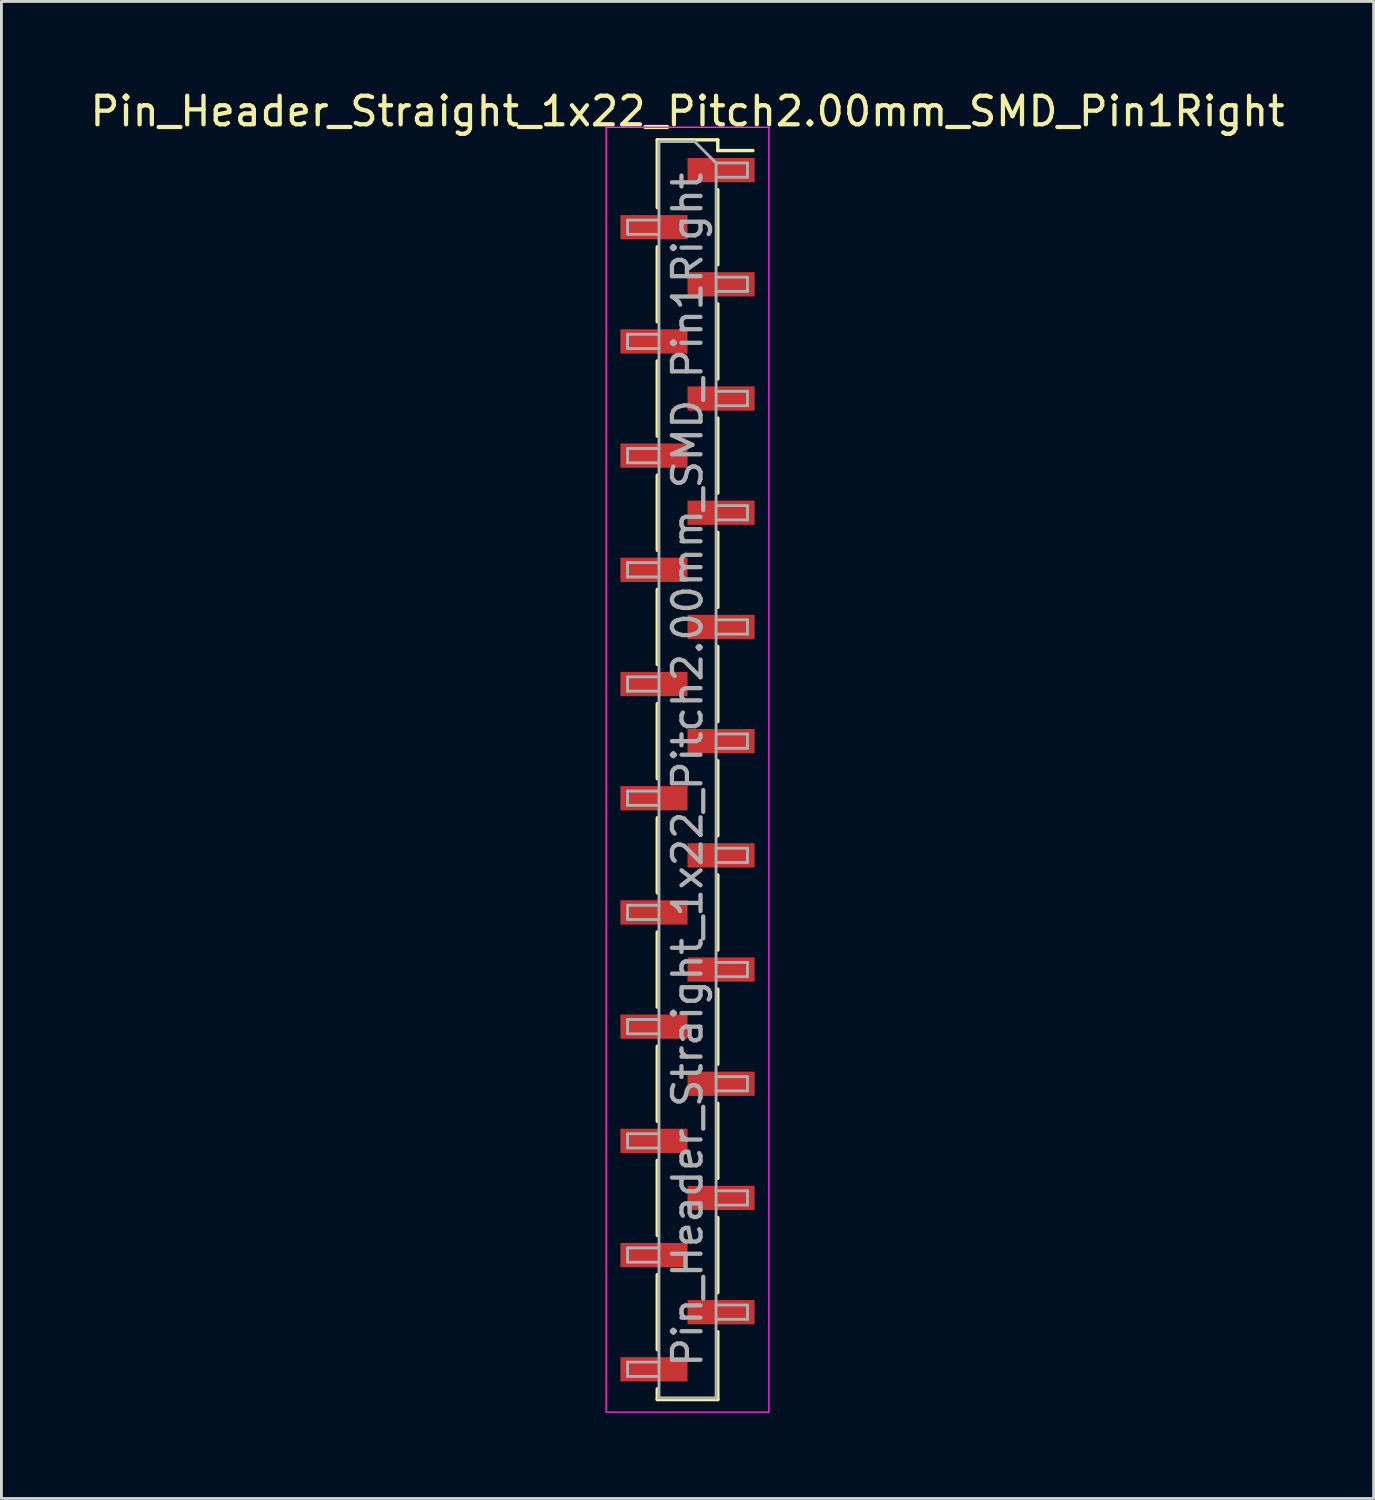
<source format=kicad_pcb>
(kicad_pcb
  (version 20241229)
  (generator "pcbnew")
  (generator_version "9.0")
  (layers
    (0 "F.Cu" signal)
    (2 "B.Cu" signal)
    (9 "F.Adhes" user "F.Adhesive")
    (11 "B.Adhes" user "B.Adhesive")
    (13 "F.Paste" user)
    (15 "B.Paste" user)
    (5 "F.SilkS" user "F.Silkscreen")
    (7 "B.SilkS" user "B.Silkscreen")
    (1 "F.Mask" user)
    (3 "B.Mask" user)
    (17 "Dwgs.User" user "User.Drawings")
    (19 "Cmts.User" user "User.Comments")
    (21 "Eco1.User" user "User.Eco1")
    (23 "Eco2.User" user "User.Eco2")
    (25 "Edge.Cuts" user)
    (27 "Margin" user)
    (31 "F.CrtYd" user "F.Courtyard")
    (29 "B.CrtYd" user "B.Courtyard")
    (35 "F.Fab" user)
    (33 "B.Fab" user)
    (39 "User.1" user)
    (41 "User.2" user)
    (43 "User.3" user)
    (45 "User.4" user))
  (footprint "Pin_Header_Straight_1x22_Pitch2.00mm_SMD_Pin1Right"
    (layer "F.Cu")
    (at 21.03 23.908)
    (property "Reference" "Pin_Header_Straight_1x22_Pitch2.00mm_SMD_Pin1Right" (at 0 -23.06 0) (layer "F.SilkS") (effects (font (size 1 1) (thickness 0.15))))
    (attr smd)
    (fp_line (start -1.06 -22.06) (end -1.06 -19.685) (stroke (width 0.12) (type solid)) (layer "F.SilkS"))
    (fp_line (start -1.06 -22.06) (end 1.06 -22.06) (stroke (width 0.12) (type solid)) (layer "F.SilkS"))
    (fp_line (start -1.06 -18.315) (end -1.06 -15.685) (stroke (width 0.12) (type solid)) (layer "F.SilkS"))
    (fp_line (start -1.06 -14.315) (end -1.06 -11.685) (stroke (width 0.12) (type solid)) (layer "F.SilkS"))
    (fp_line (start -1.06 -10.315) (end -1.06 -7.685) (stroke (width 0.12) (type solid)) (layer "F.SilkS"))
    (fp_line (start -1.06 -6.315) (end -1.06 -3.685) (stroke (width 0.12) (type solid)) (layer "F.SilkS"))
    (fp_line (start -1.06 -2.315) (end -1.06 0.315) (stroke (width 0.12) (type solid)) (layer "F.SilkS"))
    (fp_line (start -1.06 1.685) (end -1.06 4.315) (stroke (width 0.12) (type solid)) (layer "F.SilkS"))
    (fp_line (start -1.06 5.685) (end -1.06 8.315) (stroke (width 0.12) (type solid)) (layer "F.SilkS"))
    (fp_line (start -1.06 9.685) (end -1.06 12.315) (stroke (width 0.12) (type solid)) (layer "F.SilkS"))
    (fp_line (start -1.06 13.685) (end -1.06 16.315) (stroke (width 0.12) (type solid)) (layer "F.SilkS"))
    (fp_line (start -1.06 17.685) (end -1.06 20.315) (stroke (width 0.12) (type solid)) (layer "F.SilkS"))
    (fp_line (start -1.06 21.685) (end -1.06 22.06) (stroke (width 0.12) (type solid)) (layer "F.SilkS"))
    (fp_line (start -1.06 22.06) (end 1.06 22.06) (stroke (width 0.12) (type solid)) (layer "F.SilkS"))
    (fp_line (start 1.06 -22.06) (end 1.06 -21.685) (stroke (width 0.12) (type solid)) (layer "F.SilkS"))
    (fp_line (start 1.06 -21.685) (end 2.29 -21.685) (stroke (width 0.12) (type solid)) (layer "F.SilkS"))
    (fp_line (start 1.06 -20.315) (end 1.06 -17.685) (stroke (width 0.12) (type solid)) (layer "F.SilkS"))
    (fp_line (start 1.06 -16.315) (end 1.06 -13.685) (stroke (width 0.12) (type solid)) (layer "F.SilkS"))
    (fp_line (start 1.06 -12.315) (end 1.06 -9.685) (stroke (width 0.12) (type solid)) (layer "F.SilkS"))
    (fp_line (start 1.06 -8.315) (end 1.06 -5.685) (stroke (width 0.12) (type solid)) (layer "F.SilkS"))
    (fp_line (start 1.06 -4.315) (end 1.06 -1.685) (stroke (width 0.12) (type solid)) (layer "F.SilkS"))
    (fp_line (start 1.06 -0.315) (end 1.06 2.315) (stroke (width 0.12) (type solid)) (layer "F.SilkS"))
    (fp_line (start 1.06 3.685) (end 1.06 6.315) (stroke (width 0.12) (type solid)) (layer "F.SilkS"))
    (fp_line (start 1.06 7.685) (end 1.06 10.315) (stroke (width 0.12) (type solid)) (layer "F.SilkS"))
    (fp_line (start 1.06 11.685) (end 1.06 14.315) (stroke (width 0.12) (type solid)) (layer "F.SilkS"))
    (fp_line (start 1.06 15.685) (end 1.06 18.315) (stroke (width 0.12) (type solid)) (layer "F.SilkS"))
    (fp_line (start 1.06 19.685) (end 1.06 22.06) (stroke (width 0.12) (type solid)) (layer "F.SilkS"))
    (fp_line (start -2.85 -22.5) (end -2.85 22.5) (stroke (width 0.05) (type solid)) (layer "F.CrtYd"))
    (fp_line (start -2.85 22.5) (end 2.85 22.5) (stroke (width 0.05) (type solid)) (layer "F.CrtYd"))
    (fp_line (start 2.85 -22.5) (end -2.85 -22.5) (stroke (width 0.05) (type solid)) (layer "F.CrtYd"))
    (fp_line (start 2.85 22.5) (end 2.85 -22.5) (stroke (width 0.05) (type solid)) (layer "F.CrtYd"))
    (fp_line (start -2.1 -19.25) (end -2.1 -18.75) (stroke (width 0.1) (type solid)) (layer "F.Fab"))
    (fp_line (start -2.1 -18.75) (end -1 -18.75) (stroke (width 0.1) (type solid)) (layer "F.Fab"))
    (fp_line (start -2.1 -15.25) (end -2.1 -14.75) (stroke (width 0.1) (type solid)) (layer "F.Fab"))
    (fp_line (start -2.1 -14.75) (end -1 -14.75) (stroke (width 0.1) (type solid)) (layer "F.Fab"))
    (fp_line (start -2.1 -11.25) (end -2.1 -10.75) (stroke (width 0.1) (type solid)) (layer "F.Fab"))
    (fp_line (start -2.1 -10.75) (end -1 -10.75) (stroke (width 0.1) (type solid)) (layer "F.Fab"))
    (fp_line (start -2.1 -7.25) (end -2.1 -6.75) (stroke (width 0.1) (type solid)) (layer "F.Fab"))
    (fp_line (start -2.1 -6.75) (end -1 -6.75) (stroke (width 0.1) (type solid)) (layer "F.Fab"))
    (fp_line (start -2.1 -3.25) (end -2.1 -2.75) (stroke (width 0.1) (type solid)) (layer "F.Fab"))
    (fp_line (start -2.1 -2.75) (end -1 -2.75) (stroke (width 0.1) (type solid)) (layer "F.Fab"))
    (fp_line (start -2.1 0.75) (end -2.1 1.25) (stroke (width 0.1) (type solid)) (layer "F.Fab"))
    (fp_line (start -2.1 1.25) (end -1 1.25) (stroke (width 0.1) (type solid)) (layer "F.Fab"))
    (fp_line (start -2.1 4.75) (end -2.1 5.25) (stroke (width 0.1) (type solid)) (layer "F.Fab"))
    (fp_line (start -2.1 5.25) (end -1 5.25) (stroke (width 0.1) (type solid)) (layer "F.Fab"))
    (fp_line (start -2.1 8.75) (end -2.1 9.25) (stroke (width 0.1) (type solid)) (layer "F.Fab"))
    (fp_line (start -2.1 9.25) (end -1 9.25) (stroke (width 0.1) (type solid)) (layer "F.Fab"))
    (fp_line (start -2.1 12.75) (end -2.1 13.25) (stroke (width 0.1) (type solid)) (layer "F.Fab"))
    (fp_line (start -2.1 13.25) (end -1 13.25) (stroke (width 0.1) (type solid)) (layer "F.Fab"))
    (fp_line (start -2.1 16.75) (end -2.1 17.25) (stroke (width 0.1) (type solid)) (layer "F.Fab"))
    (fp_line (start -2.1 17.25) (end -1 17.25) (stroke (width 0.1) (type solid)) (layer "F.Fab"))
    (fp_line (start -2.1 20.75) (end -2.1 21.25) (stroke (width 0.1) (type solid)) (layer "F.Fab"))
    (fp_line (start -2.1 21.25) (end -1 21.25) (stroke (width 0.1) (type solid)) (layer "F.Fab"))
    (fp_line (start -1 -22) (end -1 22) (stroke (width 0.1) (type solid)) (layer "F.Fab"))
    (fp_line (start -1 -22) (end 0.25 -22) (stroke (width 0.1) (type solid)) (layer "F.Fab"))
    (fp_line (start -1 -19.25) (end -2.1 -19.25) (stroke (width 0.1) (type solid)) (layer "F.Fab"))
    (fp_line (start -1 -15.25) (end -2.1 -15.25) (stroke (width 0.1) (type solid)) (layer "F.Fab"))
    (fp_line (start -1 -11.25) (end -2.1 -11.25) (stroke (width 0.1) (type solid)) (layer "F.Fab"))
    (fp_line (start -1 -7.25) (end -2.1 -7.25) (stroke (width 0.1) (type solid)) (layer "F.Fab"))
    (fp_line (start -1 -3.25) (end -2.1 -3.25) (stroke (width 0.1) (type solid)) (layer "F.Fab"))
    (fp_line (start -1 0.75) (end -2.1 0.75) (stroke (width 0.1) (type solid)) (layer "F.Fab"))
    (fp_line (start -1 4.75) (end -2.1 4.75) (stroke (width 0.1) (type solid)) (layer "F.Fab"))
    (fp_line (start -1 8.75) (end -2.1 8.75) (stroke (width 0.1) (type solid)) (layer "F.Fab"))
    (fp_line (start -1 12.75) (end -2.1 12.75) (stroke (width 0.1) (type solid)) (layer "F.Fab"))
    (fp_line (start -1 16.75) (end -2.1 16.75) (stroke (width 0.1) (type solid)) (layer "F.Fab"))
    (fp_line (start -1 20.75) (end -2.1 20.75) (stroke (width 0.1) (type solid)) (layer "F.Fab"))
    (fp_line (start 1 -21.25) (end 0.25 -22) (stroke (width 0.1) (type solid)) (layer "F.Fab"))
    (fp_line (start 1 -21.25) (end 2.1 -21.25) (stroke (width 0.1) (type solid)) (layer "F.Fab"))
    (fp_line (start 1 -17.25) (end 2.1 -17.25) (stroke (width 0.1) (type solid)) (layer "F.Fab"))
    (fp_line (start 1 -13.25) (end 2.1 -13.25) (stroke (width 0.1) (type solid)) (layer "F.Fab"))
    (fp_line (start 1 -9.25) (end 2.1 -9.25) (stroke (width 0.1) (type solid)) (layer "F.Fab"))
    (fp_line (start 1 -5.25) (end 2.1 -5.25) (stroke (width 0.1) (type solid)) (layer "F.Fab"))
    (fp_line (start 1 -1.25) (end 2.1 -1.25) (stroke (width 0.1) (type solid)) (layer "F.Fab"))
    (fp_line (start 1 2.75) (end 2.1 2.75) (stroke (width 0.1) (type solid)) (layer "F.Fab"))
    (fp_line (start 1 6.75) (end 2.1 6.75) (stroke (width 0.1) (type solid)) (layer "F.Fab"))
    (fp_line (start 1 10.75) (end 2.1 10.75) (stroke (width 0.1) (type solid)) (layer "F.Fab"))
    (fp_line (start 1 14.75) (end 2.1 14.75) (stroke (width 0.1) (type solid)) (layer "F.Fab"))
    (fp_line (start 1 18.75) (end 2.1 18.75) (stroke (width 0.1) (type solid)) (layer "F.Fab"))
    (fp_line (start 1 22) (end -1 22) (stroke (width 0.1) (type solid)) (layer "F.Fab"))
    (fp_line (start 1 22) (end 1 -21.25) (stroke (width 0.1) (type solid)) (layer "F.Fab"))
    (fp_line (start 2.1 -21.25) (end 2.1 -20.75) (stroke (width 0.1) (type solid)) (layer "F.Fab"))
    (fp_line (start 2.1 -20.75) (end 1 -20.75) (stroke (width 0.1) (type solid)) (layer "F.Fab"))
    (fp_line (start 2.1 -17.25) (end 2.1 -16.75) (stroke (width 0.1) (type solid)) (layer "F.Fab"))
    (fp_line (start 2.1 -16.75) (end 1 -16.75) (stroke (width 0.1) (type solid)) (layer "F.Fab"))
    (fp_line (start 2.1 -13.25) (end 2.1 -12.75) (stroke (width 0.1) (type solid)) (layer "F.Fab"))
    (fp_line (start 2.1 -12.75) (end 1 -12.75) (stroke (width 0.1) (type solid)) (layer "F.Fab"))
    (fp_line (start 2.1 -9.25) (end 2.1 -8.75) (stroke (width 0.1) (type solid)) (layer "F.Fab"))
    (fp_line (start 2.1 -8.75) (end 1 -8.75) (stroke (width 0.1) (type solid)) (layer "F.Fab"))
    (fp_line (start 2.1 -5.25) (end 2.1 -4.75) (stroke (width 0.1) (type solid)) (layer "F.Fab"))
    (fp_line (start 2.1 -4.75) (end 1 -4.75) (stroke (width 0.1) (type solid)) (layer "F.Fab"))
    (fp_line (start 2.1 -1.25) (end 2.1 -0.75) (stroke (width 0.1) (type solid)) (layer "F.Fab"))
    (fp_line (start 2.1 -0.75) (end 1 -0.75) (stroke (width 0.1) (type solid)) (layer "F.Fab"))
    (fp_line (start 2.1 2.75) (end 2.1 3.25) (stroke (width 0.1) (type solid)) (layer "F.Fab"))
    (fp_line (start 2.1 3.25) (end 1 3.25) (stroke (width 0.1) (type solid)) (layer "F.Fab"))
    (fp_line (start 2.1 6.75) (end 2.1 7.25) (stroke (width 0.1) (type solid)) (layer "F.Fab"))
    (fp_line (start 2.1 7.25) (end 1 7.25) (stroke (width 0.1) (type solid)) (layer "F.Fab"))
    (fp_line (start 2.1 10.75) (end 2.1 11.25) (stroke (width 0.1) (type solid)) (layer "F.Fab"))
    (fp_line (start 2.1 11.25) (end 1 11.25) (stroke (width 0.1) (type solid)) (layer "F.Fab"))
    (fp_line (start 2.1 14.75) (end 2.1 15.25) (stroke (width 0.1) (type solid)) (layer "F.Fab"))
    (fp_line (start 2.1 15.25) (end 1 15.25) (stroke (width 0.1) (type solid)) (layer "F.Fab"))
    (fp_line (start 2.1 18.75) (end 2.1 19.25) (stroke (width 0.1) (type solid)) (layer "F.Fab"))
    (fp_line (start 2.1 19.25) (end 1 19.25) (stroke (width 0.1) (type solid)) (layer "F.Fab"))
    (fp_text user "${REFERENCE}" (at 0 0 90) (layer "F.Fab") (effects (font (size 1 1) (thickness 0.15))))
    (pad "1" smd rect (at 1.175 -21) (size 2.35 0.85) (layers "F.Cu" "F.Mask" "F.Paste"))
    (pad "2" smd rect (at -1.175 -19) (size 2.35 0.85) (layers "F.Cu" "F.Mask" "F.Paste"))
    (pad "3" smd rect (at 1.175 -17) (size 2.35 0.85) (layers "F.Cu" "F.Mask" "F.Paste"))
    (pad "4" smd rect (at -1.175 -15) (size 2.35 0.85) (layers "F.Cu" "F.Mask" "F.Paste"))
    (pad "5" smd rect (at 1.175 -13) (size 2.35 0.85) (layers "F.Cu" "F.Mask" "F.Paste"))
    (pad "6" smd rect (at -1.175 -11) (size 2.35 0.85) (layers "F.Cu" "F.Mask" "F.Paste"))
    (pad "7" smd rect (at 1.175 -9) (size 2.35 0.85) (layers "F.Cu" "F.Mask" "F.Paste"))
    (pad "8" smd rect (at -1.175 -7) (size 2.35 0.85) (layers "F.Cu" "F.Mask" "F.Paste"))
    (pad "9" smd rect (at 1.175 -5) (size 2.35 0.85) (layers "F.Cu" "F.Mask" "F.Paste"))
    (pad "10" smd rect (at -1.175 -3) (size 2.35 0.85) (layers "F.Cu" "F.Mask" "F.Paste"))
    (pad "11" smd rect (at 1.175 -1) (size 2.35 0.85) (layers "F.Cu" "F.Mask" "F.Paste"))
    (pad "12" smd rect (at -1.175 1) (size 2.35 0.85) (layers "F.Cu" "F.Mask" "F.Paste"))
    (pad "13" smd rect (at 1.175 3) (size 2.35 0.85) (layers "F.Cu" "F.Mask" "F.Paste"))
    (pad "14" smd rect (at -1.175 5) (size 2.35 0.85) (layers "F.Cu" "F.Mask" "F.Paste"))
    (pad "15" smd rect (at 1.175 7) (size 2.35 0.85) (layers "F.Cu" "F.Mask" "F.Paste"))
    (pad "16" smd rect (at -1.175 9) (size 2.35 0.85) (layers "F.Cu" "F.Mask" "F.Paste"))
    (pad "17" smd rect (at 1.175 11) (size 2.35 0.85) (layers "F.Cu" "F.Mask" "F.Paste"))
    (pad "18" smd rect (at -1.175 13) (size 2.35 0.85) (layers "F.Cu" "F.Mask" "F.Paste"))
    (pad "19" smd rect (at 1.175 15) (size 2.35 0.85) (layers "F.Cu" "F.Mask" "F.Paste"))
    (pad "20" smd rect (at -1.175 17) (size 2.35 0.85) (layers "F.Cu" "F.Mask" "F.Paste"))
    (pad "21" smd rect (at 1.175 19) (size 2.35 0.85) (layers "F.Cu" "F.Mask" "F.Paste"))
    (pad "22" smd rect (at -1.175 21) (size 2.35 0.85) (layers "F.Cu" "F.Mask" "F.Paste")))
  (gr_rect
    (start -3 -3)
    (end 45.06 49.433)
    (stroke (width 0.1) (type default))
    (fill no)
    (layer "Edge.Cuts")))
</source>
